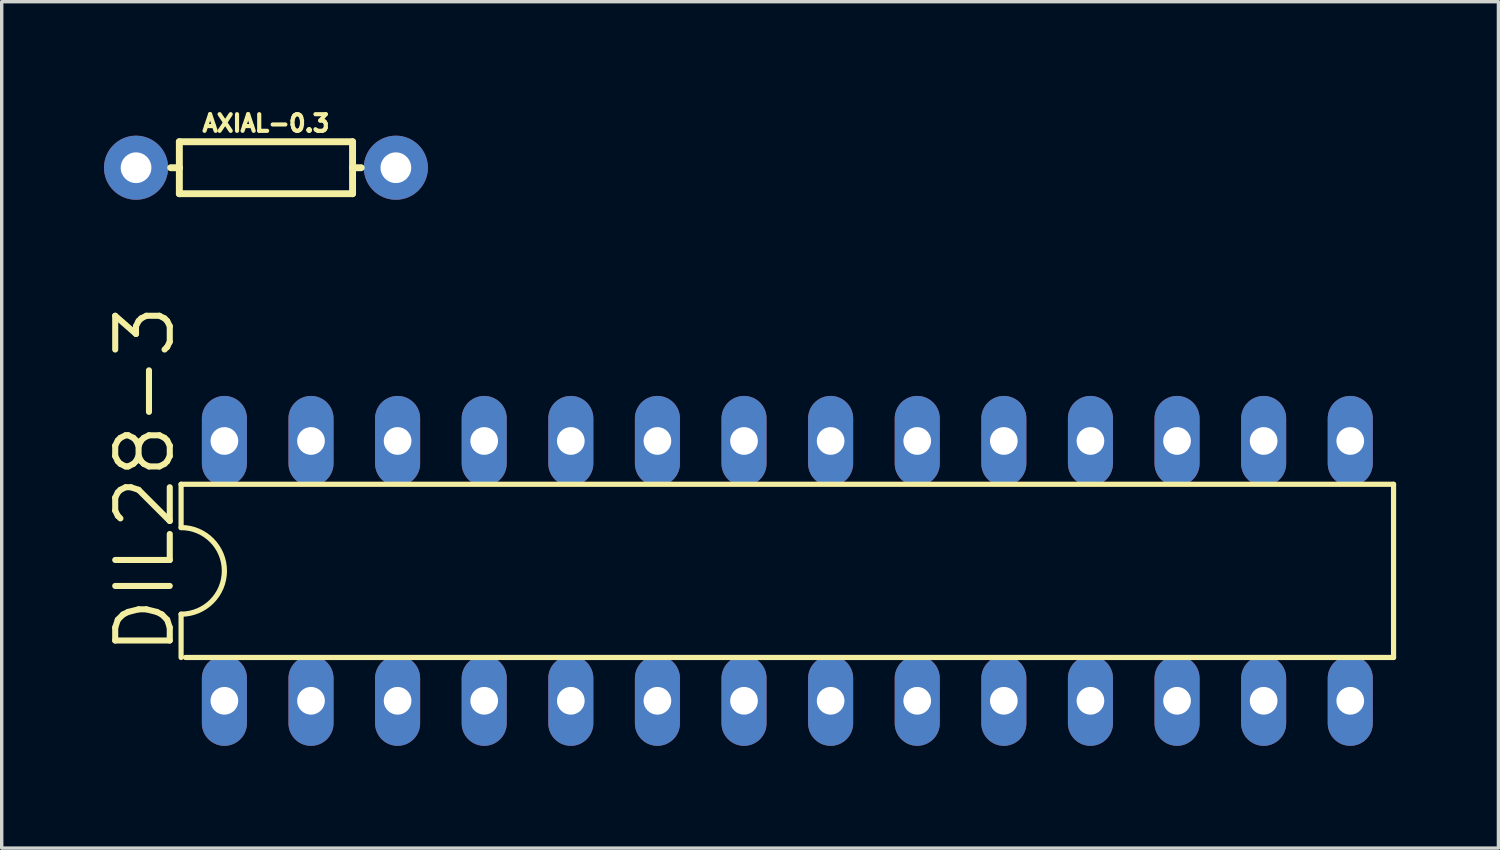
<source format=kicad_pcb>
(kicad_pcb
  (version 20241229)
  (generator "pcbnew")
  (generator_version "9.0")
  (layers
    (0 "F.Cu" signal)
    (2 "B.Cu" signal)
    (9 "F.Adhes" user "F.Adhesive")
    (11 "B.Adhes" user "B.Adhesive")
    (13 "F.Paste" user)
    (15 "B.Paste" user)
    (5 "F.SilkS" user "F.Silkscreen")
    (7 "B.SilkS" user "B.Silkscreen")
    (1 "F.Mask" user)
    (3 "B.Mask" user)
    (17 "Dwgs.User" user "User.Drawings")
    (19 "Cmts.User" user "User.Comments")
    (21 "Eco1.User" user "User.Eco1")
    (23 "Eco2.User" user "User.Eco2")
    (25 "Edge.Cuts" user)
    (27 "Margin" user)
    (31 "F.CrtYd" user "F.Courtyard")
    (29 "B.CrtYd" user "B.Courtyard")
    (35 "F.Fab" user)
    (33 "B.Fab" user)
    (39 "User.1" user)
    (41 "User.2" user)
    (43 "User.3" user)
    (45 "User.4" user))
  (footprint "AXIAL-0.3"
    (layer "F.Cu")
    (at 4.75 1.869)
    (property "Reference" "AXIAL-0.3" (at 0 -1.016 0) (unlocked yes) (layer "F.SilkS") (effects (font (size 0.488 0.488) (thickness 0.122)) (justify bottom)))
    (fp_line (start -2.54 -0.762) (end 2.54 -0.762) (stroke (width 0.203) (type solid)) (layer "F.SilkS"))
    (fp_line (start -2.54 0) (end -2.794 0) (stroke (width 0.203) (type solid)) (layer "F.SilkS"))
    (fp_line (start -2.54 0) (end -2.54 -0.762) (stroke (width 0.203) (type solid)) (layer "F.SilkS"))
    (fp_line (start -2.54 0.762) (end -2.54 0) (stroke (width 0.203) (type solid)) (layer "F.SilkS"))
    (fp_line (start 2.54 -0.762) (end 2.54 0) (stroke (width 0.203) (type solid)) (layer "F.SilkS"))
    (fp_line (start 2.54 0) (end 2.54 0.762) (stroke (width 0.203) (type solid)) (layer "F.SilkS"))
    (fp_line (start 2.54 0) (end 2.794 0) (stroke (width 0.203) (type solid)) (layer "F.SilkS"))
    (fp_line (start 2.54 0.762) (end -2.54 0.762) (stroke (width 0.203) (type solid)) (layer "F.SilkS"))
    (pad "P$1" thru_hole circle (at -3.81 0) (size 1.88 1.88) (drill 0.9) (layers "*.Cu" "*.Mask"))
    (pad "P$2" thru_hole circle (at 3.81 0) (size 1.88 1.88) (drill 0.9) (layers "*.Cu" "*.Mask")))
  (footprint "DIL28-3"
    (layer "F.Cu")
    (at 20.041 13.693)
    (property "Reference" "DIL28-3" (at -17.907 2.54 90) (unlocked yes) (layer "F.SilkS") (effects (font (size 1.6 1.6) (thickness 0.178)) (justify left bottom)))
    (fp_line (start -17.78 -2.54) (end -17.78 -1.27) (stroke (width 0.152) (type solid)) (layer "F.SilkS"))
    (fp_line (start -17.78 -2.54) (end 17.78 -2.54) (stroke (width 0.152) (type solid)) (layer "F.SilkS"))
    (fp_line (start -17.78 1.27) (end -17.78 2.54) (stroke (width 0.152) (type solid)) (layer "F.SilkS"))
    (fp_line (start -17.653 2.54) (end 17.78 2.54) (stroke (width 0.152) (type solid)) (layer "F.SilkS"))
    (fp_line (start 17.78 2.54) (end 17.78 -2.54) (stroke (width 0.152) (type solid)) (layer "F.SilkS"))
    (fp_arc (start -17.78 -1.27) (mid -16.51 0) (end -17.78 1.27) (stroke (width 0.1524) (type solid)) (layer "F.SilkS"))
    (pad "1" thru_hole oval (at -16.51 3.81 90) (size 2.642 1.321) (drill 0.813) (layers "*.Cu" "*.Mask"))
    (pad "2" thru_hole oval (at -13.97 3.81 90) (size 2.642 1.321) (drill 0.813) (layers "*.Cu" "*.Mask"))
    (pad "3" thru_hole oval (at -11.43 3.81 90) (size 2.642 1.321) (drill 0.813) (layers "*.Cu" "*.Mask"))
    (pad "4" thru_hole oval (at -8.89 3.81 90) (size 2.642 1.321) (drill 0.813) (layers "*.Cu" "*.Mask"))
    (pad "5" thru_hole oval (at -6.35 3.81 90) (size 2.642 1.321) (drill 0.813) (layers "*.Cu" "*.Mask"))
    (pad "6" thru_hole oval (at -3.81 3.81 90) (size 2.642 1.321) (drill 0.813) (layers "*.Cu" "*.Mask"))
    (pad "7" thru_hole oval (at -1.27 3.81 90) (size 2.642 1.321) (drill 0.813) (layers "*.Cu" "*.Mask"))
    (pad "8" thru_hole oval (at 1.27 3.81 90) (size 2.642 1.321) (drill 0.813) (layers "*.Cu" "*.Mask"))
    (pad "9" thru_hole oval (at 3.81 3.81 90) (size 2.642 1.321) (drill 0.813) (layers "*.Cu" "*.Mask"))
    (pad "10" thru_hole oval (at 6.35 3.81 90) (size 2.642 1.321) (drill 0.813) (layers "*.Cu" "*.Mask"))
    (pad "11" thru_hole oval (at 8.89 3.81 90) (size 2.642 1.321) (drill 0.813) (layers "*.Cu" "*.Mask"))
    (pad "12" thru_hole oval (at 11.43 3.81 90) (size 2.642 1.321) (drill 0.813) (layers "*.Cu" "*.Mask"))
    (pad "13" thru_hole oval (at 13.97 3.81 90) (size 2.642 1.321) (drill 0.813) (layers "*.Cu" "*.Mask"))
    (pad "14" thru_hole oval (at 16.51 3.81 90) (size 2.642 1.321) (drill 0.813) (layers "*.Cu" "*.Mask"))
    (pad "15" thru_hole oval (at 16.51 -3.81 90) (size 2.642 1.321) (drill 0.813) (layers "*.Cu" "*.Mask"))
    (pad "16" thru_hole oval (at 13.97 -3.81 90) (size 2.642 1.321) (drill 0.813) (layers "*.Cu" "*.Mask"))
    (pad "17" thru_hole oval (at 11.43 -3.81 90) (size 2.642 1.321) (drill 0.813) (layers "*.Cu" "*.Mask"))
    (pad "18" thru_hole oval (at 8.89 -3.81 90) (size 2.642 1.321) (drill 0.813) (layers "*.Cu" "*.Mask"))
    (pad "19" thru_hole oval (at 6.35 -3.81 90) (size 2.642 1.321) (drill 0.813) (layers "*.Cu" "*.Mask"))
    (pad "20" thru_hole oval (at 3.81 -3.81 90) (size 2.642 1.321) (drill 0.813) (layers "*.Cu" "*.Mask"))
    (pad "21" thru_hole oval (at 1.27 -3.81 90) (size 2.642 1.321) (drill 0.813) (layers "*.Cu" "*.Mask"))
    (pad "22" thru_hole oval (at -1.27 -3.81 90) (size 2.642 1.321) (drill 0.813) (layers "*.Cu" "*.Mask"))
    (pad "23" thru_hole oval (at -3.81 -3.81 90) (size 2.642 1.321) (drill 0.813) (layers "*.Cu" "*.Mask"))
    (pad "24" thru_hole oval (at -6.35 -3.81 90) (size 2.642 1.321) (drill 0.813) (layers "*.Cu" "*.Mask"))
    (pad "25" thru_hole oval (at -8.89 -3.81 90) (size 2.642 1.321) (drill 0.813) (layers "*.Cu" "*.Mask"))
    (pad "26" thru_hole oval (at -11.43 -3.81 90) (size 2.642 1.321) (drill 0.813) (layers "*.Cu" "*.Mask"))
    (pad "27" thru_hole oval (at -13.97 -3.81 90) (size 2.642 1.321) (drill 0.813) (layers "*.Cu" "*.Mask"))
    (pad "28" thru_hole oval (at -16.51 -3.81 90) (size 2.642 1.321) (drill 0.813) (layers "*.Cu" "*.Mask")))
  (gr_rect
    (start -3 -3)
    (end 40.897 21.824)
    (stroke (width 0.1) (type default))
    (fill no)
    (layer "Edge.Cuts")))
</source>
